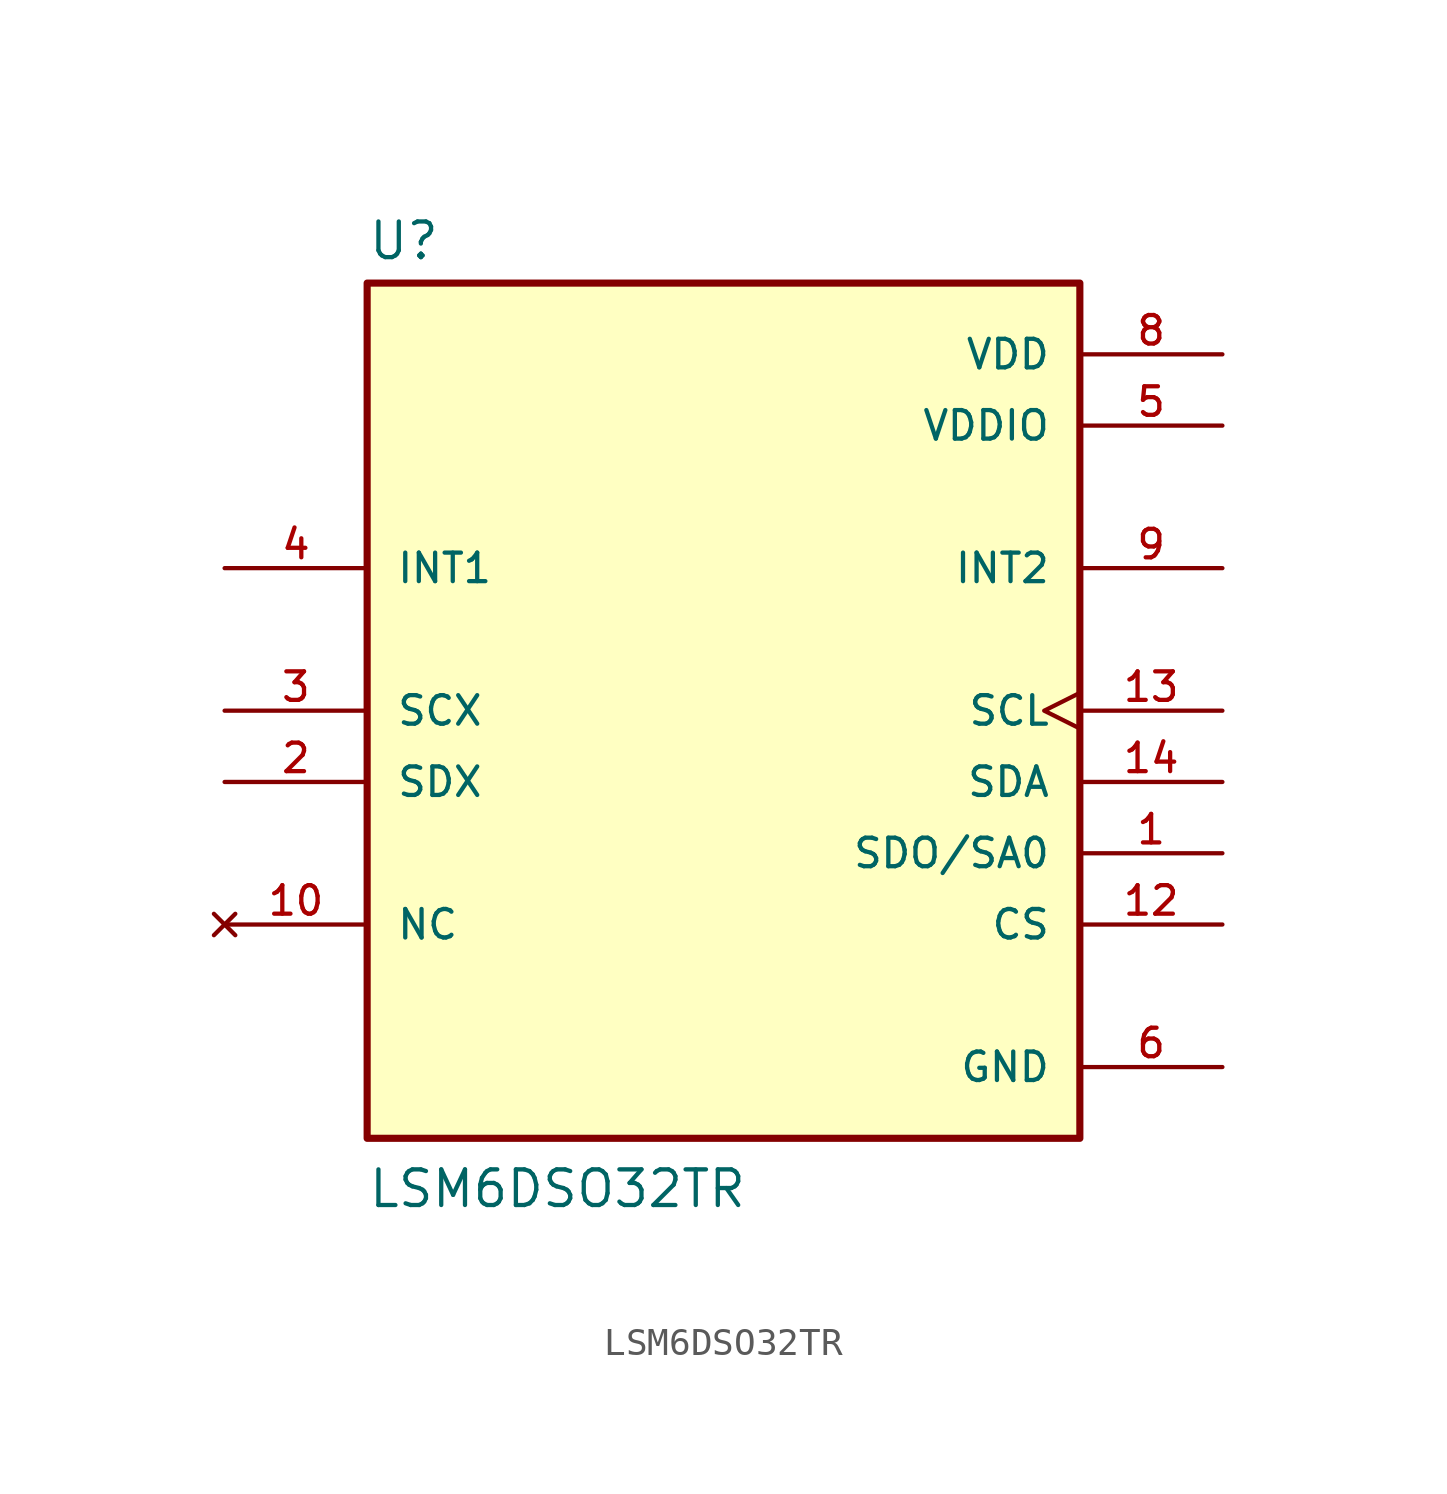
<source format=kicad_sym>
(kicad_symbol_lib
  (version 20211014)
  (generator kicad_symbol_editor)
  (symbol "LSM6DSO32TR"
    (pin_names
      (offset 1.016))
    (property "Reference" "U"
      (at -12.7 16.002 0)
      (effects (font (size 1.27 1.27)) (justify bottom left)))
    (property "Value" "LSM6DSO32TR"
      (at -12.7 -17.78 0)
      (effects (font (size 1.27 1.27)) (justify bottom left)))
    (symbol "LSM6DSO32TR_0_0"
      (rectangle (start -12.7 -15.24) (end 12.7 15.24) (stroke (width 0.254)) (fill (type background)))
      (pin bidirectional line (at 17.78 -5.08 180.0) (length 5.08) (name "SDO/SA0" (effects (font (size 1.016 1.016)))) (number "1" (effects (font (size 1.016 1.016)))))
      (pin passive line (at -17.78 -2.54 0) (length 5.08) (name "SDX" (effects (font (size 1.016 1.016)))) (number "2" (effects (font (size 1.016 1.016)))))
      (pin passive line (at -17.78 0.0 0) (length 5.08) (name "SCX" (effects (font (size 1.016 1.016)))) (number "3" (effects (font (size 1.016 1.016)))))
      (pin input line (at -17.78 5.08 0) (length 5.08) (name "INT1" (effects (font (size 1.016 1.016)))) (number "4" (effects (font (size 1.016 1.016)))))
      (pin power_in line (at 17.78 10.16 180.0) (length 5.08) (name "VDDIO" (effects (font (size 1.016 1.016)))) (number "5" (effects (font (size 1.016 1.016)))))
      (pin power_in line (at 17.78 -12.7 180.0) (length 5.08) (name "GND" (effects (font (size 1.016 1.016)))) (number "6" (effects (font (size 1.016 1.016)))))
      (pin power_in line (at 17.78 -12.7 180.0) (length 5.08) hide (name "GND" (effects (font (size 1.016 1.016)))) (number "7" (effects (font (size 1.016 1.016)))))
      (pin power_in line (at 17.78 12.7 180.0) (length 5.08) (name "VDD" (effects (font (size 1.016 1.016)))) (number "8" (effects (font (size 1.016 1.016)))))
      (pin output line (at 17.78 5.08 180.0) (length 5.08) (name "INT2" (effects (font (size 1.016 1.016)))) (number "9" (effects (font (size 1.016 1.016)))))
      (pin no_connect line (at -17.78 -7.62 0) (length 5.08) (name "NC" (effects (font (size 1.016 1.016)))) (number "10" (effects (font (size 1.016 1.016)))))
      (pin no_connect line (at -17.78 -7.62 0) (length 5.08) hide (name "NC" (effects (font (size 1.016 1.016)))) (number "11" (effects (font (size 1.016 1.016)))))
      (pin input line (at 17.78 -7.62 180.0) (length 5.08) (name "CS" (effects (font (size 1.016 1.016)))) (number "12" (effects (font (size 1.016 1.016)))))
      (pin input clock (at 17.78 0.0 180.0) (length 5.08) (name "SCL" (effects (font (size 1.016 1.016)))) (number "13" (effects (font (size 1.016 1.016)))))
      (pin bidirectional line (at 17.78 -2.54 180.0) (length 5.08) (name "SDA" (effects (font (size 1.016 1.016)))) (number "14" (effects (font (size 1.016 1.016))))))))
</source>
